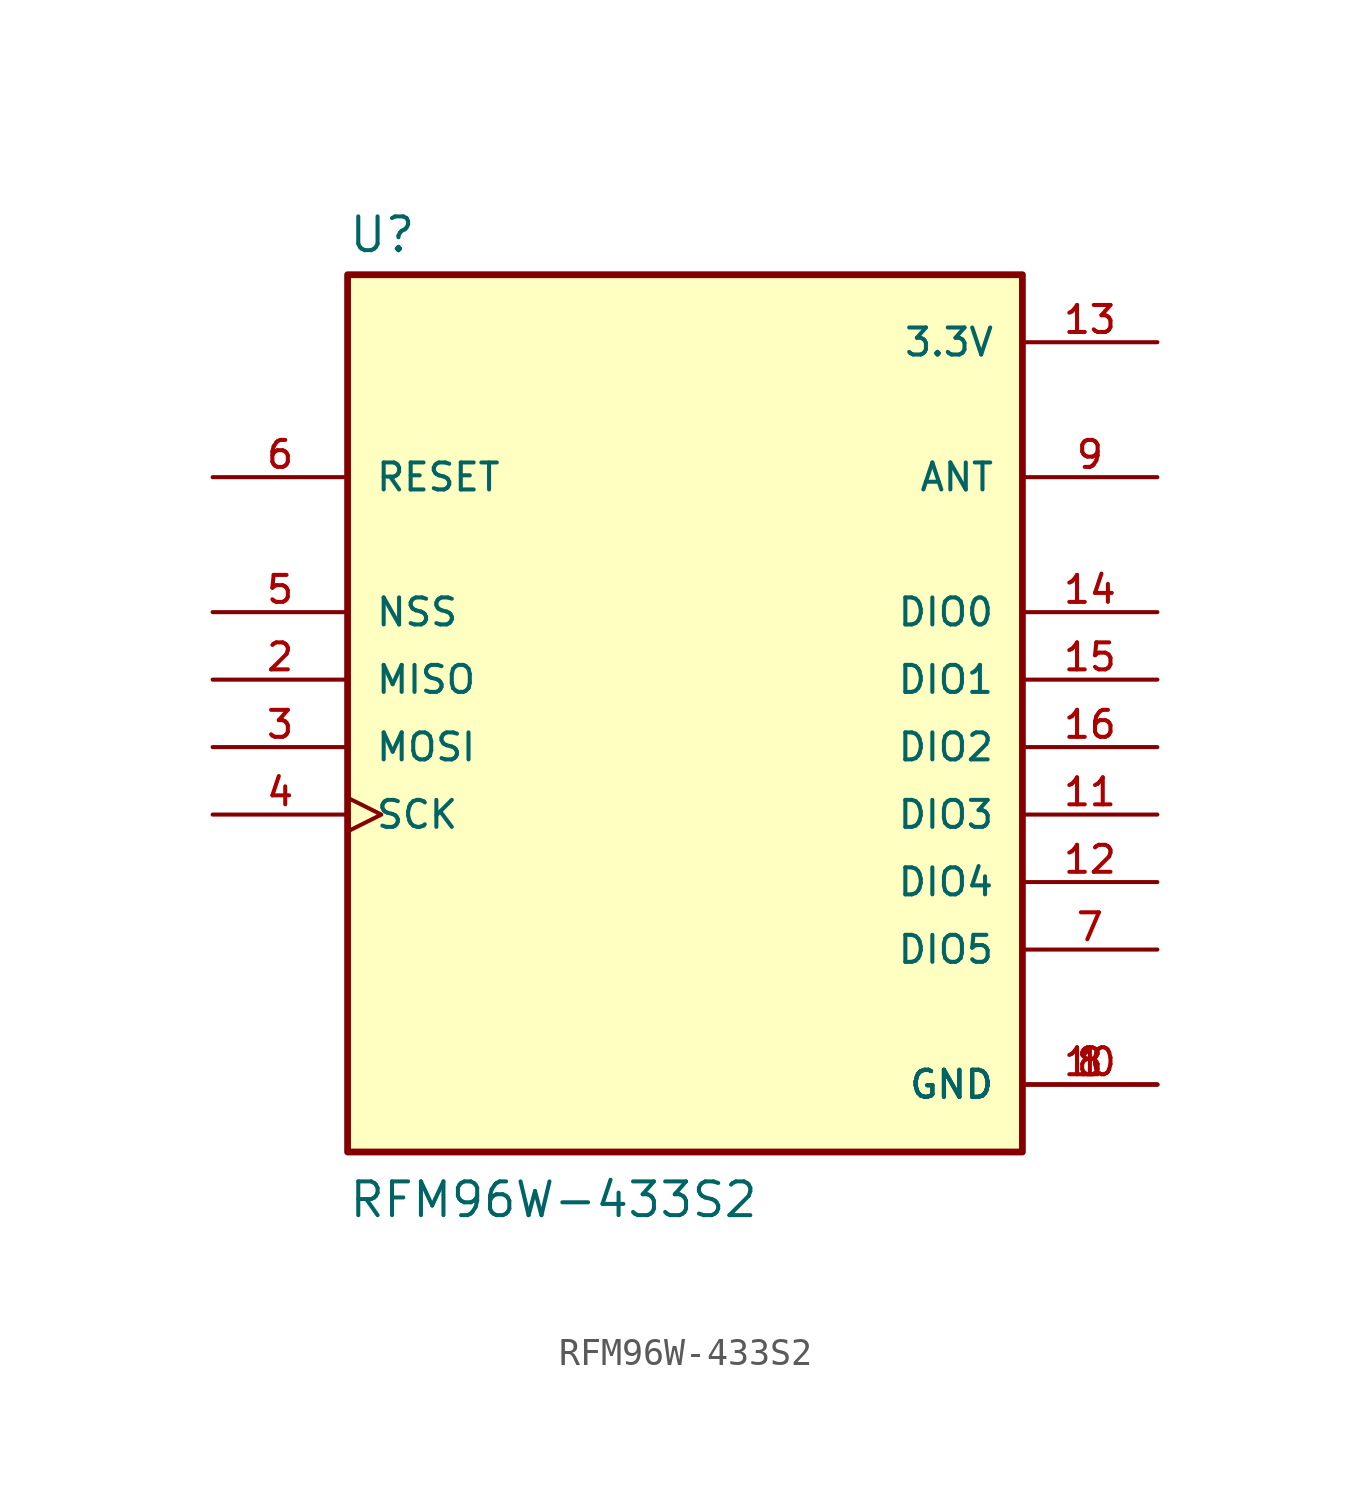
<source format=kicad_sym>
(kicad_symbol_lib
  (version 20211014)
  (generator kicad_symbol_editor)
  (symbol "RFM96W-433S2"
    (pin_names
      (offset 1.016))
    (property "Reference" "U"
      (at -12.7 16.002 0)
      (effects (font (size 1.27 1.27)) (justify bottom left)))
    (property "Value" "RFM96W-433S2"
      (at -12.7 -20.32 0)
      (effects (font (size 1.27 1.27)) (justify bottom left)))
    (symbol "RFM96W-433S2_0_0"
      (rectangle (start -12.7 -17.78) (end 12.7 15.24) (stroke (width 0.254)) (fill (type background)))
      (pin power_in line (at 17.78 -15.24 180.0) (length 5.08) (name "GND" (effects (font (size 1.016 1.016)))) (number "1" (effects (font (size 1.016 1.016)))))
      (pin power_in line (at 17.78 -15.24 180.0) (length 5.08) (name "GND" (effects (font (size 1.016 1.016)))) (number "8" (effects (font (size 1.016 1.016)))))
      (pin power_in line (at 17.78 -15.24 180.0) (length 5.08) (name "GND" (effects (font (size 1.016 1.016)))) (number "10" (effects (font (size 1.016 1.016)))))
      (pin output line (at -17.78 0.0 0) (length 5.08) (name "MISO" (effects (font (size 1.016 1.016)))) (number "2" (effects (font (size 1.016 1.016)))))
      (pin input line (at -17.78 -2.54 0) (length 5.08) (name "MOSI" (effects (font (size 1.016 1.016)))) (number "3" (effects (font (size 1.016 1.016)))))
      (pin input clock (at -17.78 -5.08 0) (length 5.08) (name "SCK" (effects (font (size 1.016 1.016)))) (number "4" (effects (font (size 1.016 1.016)))))
      (pin input line (at -17.78 2.54 0) (length 5.08) (name "NSS" (effects (font (size 1.016 1.016)))) (number "5" (effects (font (size 1.016 1.016)))))
      (pin input line (at -17.78 7.62 0) (length 5.08) (name "RESET" (effects (font (size 1.016 1.016)))) (number "6" (effects (font (size 1.016 1.016)))))
      (pin bidirectional line (at 17.78 -10.16 180.0) (length 5.08) (name "DIO5" (effects (font (size 1.016 1.016)))) (number "7" (effects (font (size 1.016 1.016)))))
      (pin bidirectional line (at 17.78 7.62 180.0) (length 5.08) (name "ANT" (effects (font (size 1.016 1.016)))) (number "9" (effects (font (size 1.016 1.016)))))
      (pin bidirectional line (at 17.78 -5.08 180.0) (length 5.08) (name "DIO3" (effects (font (size 1.016 1.016)))) (number "11" (effects (font (size 1.016 1.016)))))
      (pin bidirectional line (at 17.78 -7.62 180.0) (length 5.08) (name "DIO4" (effects (font (size 1.016 1.016)))) (number "12" (effects (font (size 1.016 1.016)))))
      (pin power_in line (at 17.78 12.7 180.0) (length 5.08) (name "3.3V" (effects (font (size 1.016 1.016)))) (number "13" (effects (font (size 1.016 1.016)))))
      (pin bidirectional line (at 17.78 2.54 180.0) (length 5.08) (name "DIO0" (effects (font (size 1.016 1.016)))) (number "14" (effects (font (size 1.016 1.016)))))
      (pin bidirectional line (at 17.78 0.0 180.0) (length 5.08) (name "DIO1" (effects (font (size 1.016 1.016)))) (number "15" (effects (font (size 1.016 1.016)))))
      (pin bidirectional line (at 17.78 -2.54 180.0) (length 5.08) (name "DIO2" (effects (font (size 1.016 1.016)))) (number "16" (effects (font (size 1.016 1.016))))))))
</source>
